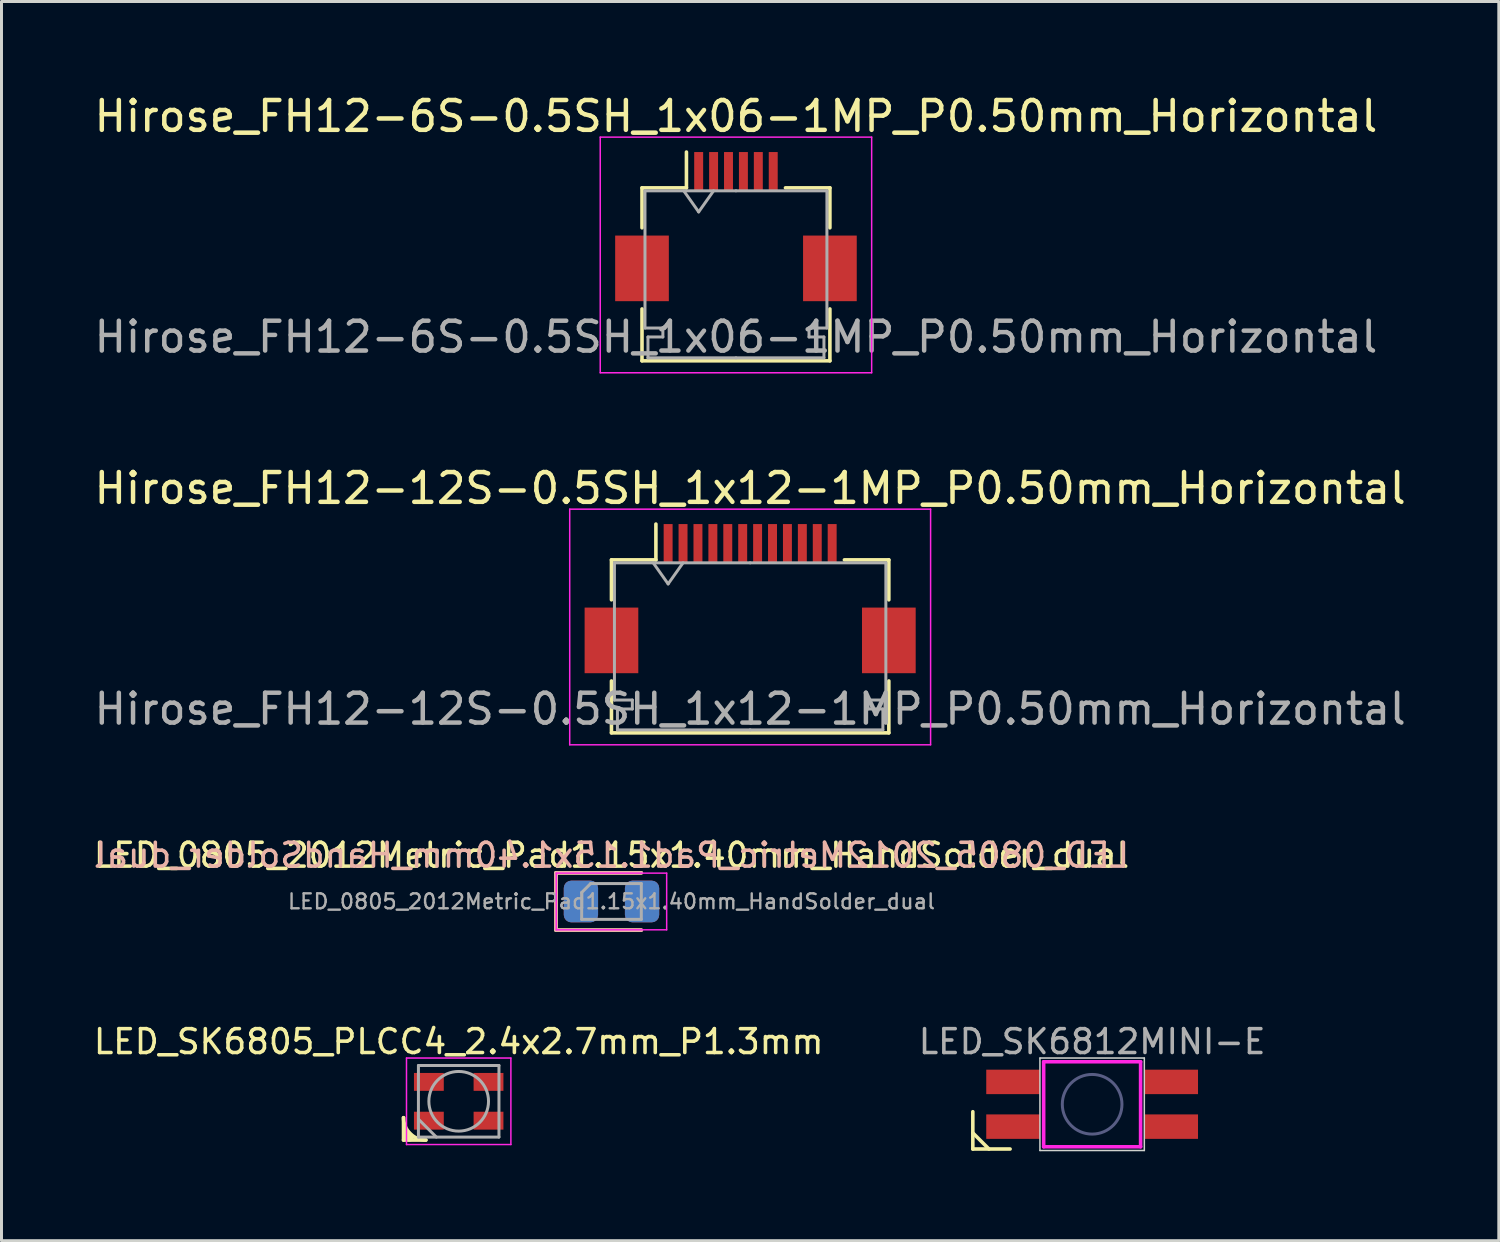
<source format=kicad_pcb>
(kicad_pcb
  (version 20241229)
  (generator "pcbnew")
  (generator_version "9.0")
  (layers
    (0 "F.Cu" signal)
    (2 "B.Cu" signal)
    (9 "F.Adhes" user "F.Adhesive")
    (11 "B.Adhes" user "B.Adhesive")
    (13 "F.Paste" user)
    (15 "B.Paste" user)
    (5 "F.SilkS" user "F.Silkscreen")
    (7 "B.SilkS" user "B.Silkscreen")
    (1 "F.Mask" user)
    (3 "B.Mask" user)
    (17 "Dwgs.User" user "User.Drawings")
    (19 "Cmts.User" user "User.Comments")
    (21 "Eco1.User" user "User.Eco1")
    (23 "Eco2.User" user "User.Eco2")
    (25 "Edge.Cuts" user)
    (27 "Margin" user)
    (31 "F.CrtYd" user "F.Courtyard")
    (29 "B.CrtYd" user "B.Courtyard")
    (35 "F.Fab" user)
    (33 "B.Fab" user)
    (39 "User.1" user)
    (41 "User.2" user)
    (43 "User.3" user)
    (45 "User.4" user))
  (footprint "LED_0805_2012Metric_Pad1.15x1.40mm_HandSolder_dual"
    (layer "F.Cu")
    (at 17.452 27.175)
    (property "Reference" "LED_0805_2012Metric_Pad1.15x1.40mm_HandSolder_dual" (at 0 -1.55 0) (layer "F.SilkS") (effects (font (size 0.8 0.8) (thickness 0.12))))
    (property "REF" "${REFERENCE}" (at 0 -1.55 180) (layer "B.SilkS") (effects (font (size 0.8 0.8) (thickness 0.12)) (justify mirror)))
    (attr smd)
    (fp_line (start -1.86 -0.96) (end -1.86 0.96) (stroke (width 0.12) (type solid)) (layer "F.SilkS"))
    (fp_line (start -1.86 0.96) (end 1 0.96) (stroke (width 0.12) (type solid)) (layer "F.SilkS"))
    (fp_line (start 1 -0.96) (end -1.86 -0.96) (stroke (width 0.12) (type solid)) (layer "F.SilkS"))
    (fp_line (start -1.86 -0.96) (end 1 -0.96) (stroke (width 0.12) (type solid)) (layer "B.SilkS"))
    (fp_line (start -1.86 0.96) (end -1.86 -0.96) (stroke (width 0.12) (type solid)) (layer "B.SilkS"))
    (fp_line (start 1 0.96) (end -1.86 0.96) (stroke (width 0.12) (type solid)) (layer "B.SilkS"))
    (fp_line (start -1.85 -0.95) (end 1.85 -0.95) (stroke (width 0.05) (type solid)) (layer "F.CrtYd"))
    (fp_line (start -1.85 0.95) (end -1.85 -0.95) (stroke (width 0.05) (type solid)) (layer "F.CrtYd"))
    (fp_line (start 1.85 -0.95) (end 1.85 0.95) (stroke (width 0.05) (type solid)) (layer "F.CrtYd"))
    (fp_line (start 1.85 0.95) (end -1.85 0.95) (stroke (width 0.05) (type solid)) (layer "F.CrtYd"))
    (fp_line (start -1 -0.3) (end -1 0.6) (stroke (width 0.1) (type solid)) (layer "F.Fab"))
    (fp_line (start -1 0.6) (end 1 0.6) (stroke (width 0.1) (type solid)) (layer "F.Fab"))
    (fp_line (start -0.7 -0.6) (end -1 -0.3) (stroke (width 0.1) (type solid)) (layer "F.Fab"))
    (fp_line (start 1 -0.6) (end -0.7 -0.6) (stroke (width 0.1) (type solid)) (layer "F.Fab"))
    (fp_line (start 1 0.6) (end 1 -0.6) (stroke (width 0.1) (type solid)) (layer "F.Fab"))
    (fp_text user "${REFERENCE}" (at 0 0 0) (layer "F.Fab") (effects (font (size 0.5 0.5) (thickness 0.08))))
    (pad "1" smd roundrect (at -1.025 0) (size 1.15 1.4) (layers "F.Cu" "F.Mask" "F.Paste") (roundrect_rratio 0.217))
    (pad "1" smd roundrect (at -1.025 0 180) (size 1.15 1.4) (layers "B.Cu" "B.Mask" "B.Paste") (roundrect_rratio 0.217))
    (pad "2" smd roundrect (at 1.025 0) (size 1.15 1.4) (layers "F.Cu" "F.Mask" "F.Paste") (roundrect_rratio 0.217))
    (pad "2" smd roundrect (at 1.025 0 180) (size 1.15 1.4) (layers "B.Cu" "B.Mask" "B.Paste") (roundrect_rratio 0.217)))
  (footprint "Hirose_FH12-6S-0.5SH_1x06-1MP_P0.50mm_Horizontal"
    (layer "F.Cu")
    (at 21.625 4.548)
    (property "Reference" "Hirose_FH12-6S-0.5SH_1x06-1MP_P0.50mm_Horizontal" (at 0 -3.7 0) (layer "F.SilkS") (effects (font (size 1 1) (thickness 0.15))))
    (attr smd)
    (fp_line (start -3.15 -1.3) (end -3.15 0.04) (stroke (width 0.12) (type solid)) (layer "F.SilkS"))
    (fp_line (start -3.15 2.76) (end -3.15 4.5) (stroke (width 0.12) (type solid)) (layer "F.SilkS"))
    (fp_line (start -3.15 4.5) (end 3.15 4.5) (stroke (width 0.12) (type solid)) (layer "F.SilkS"))
    (fp_line (start -1.66 -1.3) (end -3.15 -1.3) (stroke (width 0.12) (type solid)) (layer "F.SilkS"))
    (fp_line (start -1.66 -1.3) (end -1.66 -2.5) (stroke (width 0.12) (type solid)) (layer "F.SilkS"))
    (fp_line (start 1.66 -1.3) (end 3.15 -1.3) (stroke (width 0.12) (type solid)) (layer "F.SilkS"))
    (fp_line (start 3.15 -1.3) (end 3.15 0.04) (stroke (width 0.12) (type solid)) (layer "F.SilkS"))
    (fp_line (start 3.15 4.5) (end 3.15 2.76) (stroke (width 0.12) (type solid)) (layer "F.SilkS"))
    (fp_line (start -4.55 -3) (end -4.55 4.9) (stroke (width 0.05) (type solid)) (layer "F.CrtYd"))
    (fp_line (start -4.55 4.9) (end 4.55 4.9) (stroke (width 0.05) (type solid)) (layer "F.CrtYd"))
    (fp_line (start 4.55 -3) (end -4.55 -3) (stroke (width 0.05) (type solid)) (layer "F.CrtYd"))
    (fp_line (start 4.55 4.9) (end 4.55 -3) (stroke (width 0.05) (type solid)) (layer "F.CrtYd"))
    (fp_line (start -3.05 -1.2) (end -3.05 3.4) (stroke (width 0.1) (type solid)) (layer "F.Fab"))
    (fp_line (start -3.05 3.4) (end -2.45 3.4) (stroke (width 0.1) (type solid)) (layer "F.Fab"))
    (fp_line (start -2.95 3.7) (end -2.95 4.4) (stroke (width 0.1) (type solid)) (layer "F.Fab"))
    (fp_line (start -2.95 4.4) (end 0 4.4) (stroke (width 0.1) (type solid)) (layer "F.Fab"))
    (fp_line (start -2.45 3.4) (end -2.45 3.7) (stroke (width 0.1) (type solid)) (layer "F.Fab"))
    (fp_line (start -2.45 3.7) (end -2.95 3.7) (stroke (width 0.1) (type solid)) (layer "F.Fab"))
    (fp_line (start -1.75 -1.2) (end -1.25 -0.493) (stroke (width 0.1) (type solid)) (layer "F.Fab"))
    (fp_line (start -1.25 -0.493) (end -0.75 -1.2) (stroke (width 0.1) (type solid)) (layer "F.Fab"))
    (fp_line (start 0 -1.2) (end -3.05 -1.2) (stroke (width 0.1) (type solid)) (layer "F.Fab"))
    (fp_line (start 0 -1.2) (end 3.05 -1.2) (stroke (width 0.1) (type solid)) (layer "F.Fab"))
    (fp_line (start 2.45 3.4) (end 2.45 3.7) (stroke (width 0.1) (type solid)) (layer "F.Fab"))
    (fp_line (start 2.45 3.7) (end 2.95 3.7) (stroke (width 0.1) (type solid)) (layer "F.Fab"))
    (fp_line (start 2.95 3.7) (end 2.95 4.4) (stroke (width 0.1) (type solid)) (layer "F.Fab"))
    (fp_line (start 2.95 4.4) (end 0 4.4) (stroke (width 0.1) (type solid)) (layer "F.Fab"))
    (fp_line (start 3.05 -1.2) (end 3.05 3.4) (stroke (width 0.1) (type solid)) (layer "F.Fab"))
    (fp_line (start 3.05 3.4) (end 2.45 3.4) (stroke (width 0.1) (type solid)) (layer "F.Fab"))
    (fp_text user "${REFERENCE}" (at 0 3.7 0) (layer "F.Fab") (effects (font (size 1 1) (thickness 0.15))))
    (pad "1" smd rect (at -1.25 -1.85) (size 0.3 1.3) (layers "F.Cu" "F.Mask" "F.Paste"))
    (pad "2" smd rect (at -0.75 -1.85) (size 0.3 1.3) (layers "F.Cu" "F.Mask" "F.Paste"))
    (pad "3" smd rect (at -0.25 -1.85) (size 0.3 1.3) (layers "F.Cu" "F.Mask" "F.Paste"))
    (pad "4" smd rect (at 0.25 -1.85) (size 0.3 1.3) (layers "F.Cu" "F.Mask" "F.Paste"))
    (pad "5" smd rect (at 0.75 -1.85) (size 0.3 1.3) (layers "F.Cu" "F.Mask" "F.Paste"))
    (pad "6" smd rect (at 1.25 -1.85) (size 0.3 1.3) (layers "F.Cu" "F.Mask" "F.Paste"))
    (pad "7" smd rect (at -3.15 1.4) (size 1.8 2.2) (layers "F.Cu" "F.Mask" "F.Paste"))
    (pad "7" smd rect (at 3.15 1.4) (size 1.8 2.2) (layers "F.Cu" "F.Mask" "F.Paste")))
  (footprint "LED_SK6812MINI-E"
    (layer "F.Cu")
    (at 33.567 33.974)
    (property "Reference" "LED_SK6812MINI-E" (at 0 -2.1 0) (unlocked yes) (layer "F.Fab") (effects (font (size 0.8 0.8) (thickness 0.12))))
    (attr through_hole)
    (fp_line (start -4 0.25) (end -4 1.5) (stroke (width 0.12) (type default)) (layer "F.SilkS"))
    (fp_line (start -3.46 1.5) (end -4 0.96) (stroke (width 0.12) (type default)) (layer "F.SilkS"))
    (fp_line (start -2.75 1.5) (end -4 1.5) (stroke (width 0.12) (type default)) (layer "F.SilkS"))
    (fp_line (start -1.75 -1.55) (end 1.75 -1.55) (stroke (width 0.05) (type solid)) (layer "Edge.Cuts"))
    (fp_line (start -1.75 1.55) (end -1.75 -1.55) (stroke (width 0.05) (type solid)) (layer "Edge.Cuts"))
    (fp_line (start 1.75 -1.55) (end 1.75 1.55) (stroke (width 0.05) (type solid)) (layer "Edge.Cuts"))
    (fp_line (start 1.75 1.55) (end -1.75 1.55) (stroke (width 0.05) (type solid)) (layer "Edge.Cuts"))
    (fp_line (start -1.625 -1.425) (end 1.625 -1.425) (stroke (width 0.12) (type solid)) (layer "F.CrtYd"))
    (fp_line (start -1.625 1.425) (end -1.625 -1.425) (stroke (width 0.12) (type solid)) (layer "F.CrtYd"))
    (fp_line (start 1.625 -1.425) (end 1.625 1.425) (stroke (width 0.12) (type solid)) (layer "F.CrtYd"))
    (fp_line (start 1.625 1.425) (end -1.625 1.425) (stroke (width 0.12) (type solid)) (layer "F.CrtYd"))
    (fp_circle (center 0 0) (end 0 -1) (stroke (width 0.1) (type solid)) (fill no) (layer "B.Fab"))
    (pad "1" smd rect (at 2.65 -0.75 180) (size 1.8 0.82) (layers "F.Cu" "F.Mask" "F.Paste"))
    (pad "2" smd rect (at 2.65 0.75 180) (size 1.8 0.82) (layers "F.Cu" "F.Mask" "F.Paste"))
    (pad "3" smd rect (at -2.65 0.75 180) (size 1.8 0.82) (layers "F.Cu" "F.Mask" "F.Paste"))
    (pad "4" smd rect (at -2.65 -0.75 180) (size 1.8 0.82) (layers "F.Cu" "F.Mask" "F.Paste")))
  (footprint "Hirose_FH12-12S-0.5SH_1x12-1MP_P0.50mm_Horizontal"
    (layer "F.Cu")
    (at 22.101 17.021)
    (property "Reference" "Hirose_FH12-12S-0.5SH_1x12-1MP_P0.50mm_Horizontal" (at 0 -3.7 0) (layer "F.SilkS") (effects (font (size 1 1) (thickness 0.15))))
    (attr smd)
    (fp_line (start -4.65 -1.3) (end -4.65 0.04) (stroke (width 0.12) (type solid)) (layer "F.SilkS"))
    (fp_line (start -4.65 2.76) (end -4.65 4.5) (stroke (width 0.12) (type solid)) (layer "F.SilkS"))
    (fp_line (start -4.65 4.5) (end 4.65 4.5) (stroke (width 0.12) (type solid)) (layer "F.SilkS"))
    (fp_line (start -3.16 -1.3) (end -4.65 -1.3) (stroke (width 0.12) (type solid)) (layer "F.SilkS"))
    (fp_line (start -3.16 -1.3) (end -3.16 -2.5) (stroke (width 0.12) (type solid)) (layer "F.SilkS"))
    (fp_line (start 3.16 -1.3) (end 4.65 -1.3) (stroke (width 0.12) (type solid)) (layer "F.SilkS"))
    (fp_line (start 4.65 -1.3) (end 4.65 0.04) (stroke (width 0.12) (type solid)) (layer "F.SilkS"))
    (fp_line (start 4.65 4.5) (end 4.65 2.76) (stroke (width 0.12) (type solid)) (layer "F.SilkS"))
    (fp_line (start -6.05 -3) (end -6.05 4.9) (stroke (width 0.05) (type solid)) (layer "F.CrtYd"))
    (fp_line (start -6.05 4.9) (end 6.05 4.9) (stroke (width 0.05) (type solid)) (layer "F.CrtYd"))
    (fp_line (start 6.05 -3) (end -6.05 -3) (stroke (width 0.05) (type solid)) (layer "F.CrtYd"))
    (fp_line (start 6.05 4.9) (end 6.05 -3) (stroke (width 0.05) (type solid)) (layer "F.CrtYd"))
    (fp_line (start -4.55 -1.2) (end -4.55 3.4) (stroke (width 0.1) (type solid)) (layer "F.Fab"))
    (fp_line (start -4.55 3.4) (end -3.95 3.4) (stroke (width 0.1) (type solid)) (layer "F.Fab"))
    (fp_line (start -4.45 3.7) (end -4.45 4.4) (stroke (width 0.1) (type solid)) (layer "F.Fab"))
    (fp_line (start -4.45 4.4) (end 0 4.4) (stroke (width 0.1) (type solid)) (layer "F.Fab"))
    (fp_line (start -3.95 3.4) (end -3.95 3.7) (stroke (width 0.1) (type solid)) (layer "F.Fab"))
    (fp_line (start -3.95 3.7) (end -4.45 3.7) (stroke (width 0.1) (type solid)) (layer "F.Fab"))
    (fp_line (start -3.25 -1.2) (end -2.75 -0.493) (stroke (width 0.1) (type solid)) (layer "F.Fab"))
    (fp_line (start -2.75 -0.493) (end -2.25 -1.2) (stroke (width 0.1) (type solid)) (layer "F.Fab"))
    (fp_line (start 0 -1.2) (end -4.55 -1.2) (stroke (width 0.1) (type solid)) (layer "F.Fab"))
    (fp_line (start 0 -1.2) (end 4.55 -1.2) (stroke (width 0.1) (type solid)) (layer "F.Fab"))
    (fp_line (start 3.95 3.4) (end 3.95 3.7) (stroke (width 0.1) (type solid)) (layer "F.Fab"))
    (fp_line (start 3.95 3.7) (end 4.45 3.7) (stroke (width 0.1) (type solid)) (layer "F.Fab"))
    (fp_line (start 4.45 3.7) (end 4.45 4.4) (stroke (width 0.1) (type solid)) (layer "F.Fab"))
    (fp_line (start 4.45 4.4) (end 0 4.4) (stroke (width 0.1) (type solid)) (layer "F.Fab"))
    (fp_line (start 4.55 -1.2) (end 4.55 3.4) (stroke (width 0.1) (type solid)) (layer "F.Fab"))
    (fp_line (start 4.55 3.4) (end 3.95 3.4) (stroke (width 0.1) (type solid)) (layer "F.Fab"))
    (fp_text user "${REFERENCE}" (at 0 3.7 0) (layer "F.Fab") (effects (font (size 1 1) (thickness 0.15))))
    (pad "" smd rect (at -4.65 1.4) (size 1.8 2.2) (layers "F.Cu" "F.Mask" "F.Paste"))
    (pad "" smd rect (at 4.65 1.4) (size 1.8 2.2) (layers "F.Cu" "F.Mask" "F.Paste"))
    (pad "1" smd rect (at -2.75 -1.85) (size 0.3 1.3) (layers "F.Cu" "F.Mask" "F.Paste"))
    (pad "2" smd rect (at -2.25 -1.85) (size 0.3 1.3) (layers "F.Cu" "F.Mask" "F.Paste"))
    (pad "3" smd rect (at -1.75 -1.85) (size 0.3 1.3) (layers "F.Cu" "F.Mask" "F.Paste"))
    (pad "4" smd rect (at -1.25 -1.85) (size 0.3 1.3) (layers "F.Cu" "F.Mask" "F.Paste"))
    (pad "5" smd rect (at -0.75 -1.85) (size 0.3 1.3) (layers "F.Cu" "F.Mask" "F.Paste"))
    (pad "6" smd rect (at -0.25 -1.85) (size 0.3 1.3) (layers "F.Cu" "F.Mask" "F.Paste"))
    (pad "7" smd rect (at 0.25 -1.85) (size 0.3 1.3) (layers "F.Cu" "F.Mask" "F.Paste"))
    (pad "8" smd rect (at 0.75 -1.85) (size 0.3 1.3) (layers "F.Cu" "F.Mask" "F.Paste"))
    (pad "9" smd rect (at 1.25 -1.85) (size 0.3 1.3) (layers "F.Cu" "F.Mask" "F.Paste"))
    (pad "10" smd rect (at 1.75 -1.85) (size 0.3 1.3) (layers "F.Cu" "F.Mask" "F.Paste"))
    (pad "11" smd rect (at 2.25 -1.85) (size 0.3 1.3) (layers "F.Cu" "F.Mask" "F.Paste"))
    (pad "12" smd rect (at 2.75 -1.85) (size 0.3 1.3) (layers "F.Cu" "F.Mask" "F.Paste")))
  (footprint "LED_SK6805_PLCC4_2.4x2.7mm_P1.3mm"
    (layer "F.Cu")
    (at 12.329 33.874)
    (property "Reference" "LED_SK6805_PLCC4_2.4x2.7mm_P1.3mm" (at 0 -2 0) (layer "F.SilkS") (effects (font (size 0.8 0.8) (thickness 0.12))))
    (attr smd)
    (fp_line (start -1.85 1.3) (end -1.85 0.55) (stroke (width 0.12) (type solid)) (layer "F.SilkS"))
    (fp_line (start -1.75 1.1) (end -1.65 1.2) (stroke (width 0.3) (type default)) (layer "F.SilkS"))
    (fp_line (start -1.1 1.3) (end -1.85 1.3) (stroke (width 0.12) (type solid)) (layer "F.SilkS"))
    (fp_arc (start -1.1 1.3) (mid -1.63033 1.08033) (end -1.85 0.55) (stroke (width 0.12) (type default)) (layer "F.SilkS"))
    (fp_line (start -1.75 -1.45) (end -1.75 1.45) (stroke (width 0.05) (type solid)) (layer "F.CrtYd"))
    (fp_line (start -1.75 1.45) (end 1.75 1.45) (stroke (width 0.05) (type solid)) (layer "F.CrtYd"))
    (fp_line (start 1.75 -1.45) (end -1.75 -1.45) (stroke (width 0.05) (type solid)) (layer "F.CrtYd"))
    (fp_line (start 1.75 1.45) (end 1.75 -1.45) (stroke (width 0.05) (type solid)) (layer "F.CrtYd"))
    (fp_line (start -1.35 -1.2) (end -1.35 1.2) (stroke (width 0.1) (type solid)) (layer "F.Fab"))
    (fp_line (start -1.35 0.6) (end -0.75 1.2) (stroke (width 0.1) (type solid)) (layer "F.Fab"))
    (fp_line (start -1.35 1.2) (end 1.35 1.2) (stroke (width 0.1) (type solid)) (layer "F.Fab"))
    (fp_line (start 1.35 -1.2) (end -1.35 -1.2) (stroke (width 0.1) (type solid)) (layer "F.Fab"))
    (fp_line (start 1.35 1.2) (end 1.35 -1.2) (stroke (width 0.1) (type solid)) (layer "F.Fab"))
    (fp_circle (center 0 0) (end 0 -1) (stroke (width 0.1) (type solid)) (fill no) (layer "F.Fab"))
    (pad "1" smd rect (at -1 -0.65) (size 1 0.6) (layers "F.Cu" "F.Mask" "F.Paste"))
    (pad "2" smd rect (at -1 0.65) (size 1 0.6) (layers "F.Cu" "F.Mask" "F.Paste"))
    (pad "3" smd rect (at 1 0.65) (size 1 0.6) (layers "F.Cu" "F.Mask" "F.Paste"))
    (pad "4" smd rect (at 1 -0.65) (size 1 0.6) (layers "F.Cu" "F.Mask" "F.Paste")))
  (gr_rect
    (start -3 -3)
    (end 47.202 38.549)
    (stroke (width 0.1) (type default))
    (fill no)
    (layer "Edge.Cuts")))
</source>
